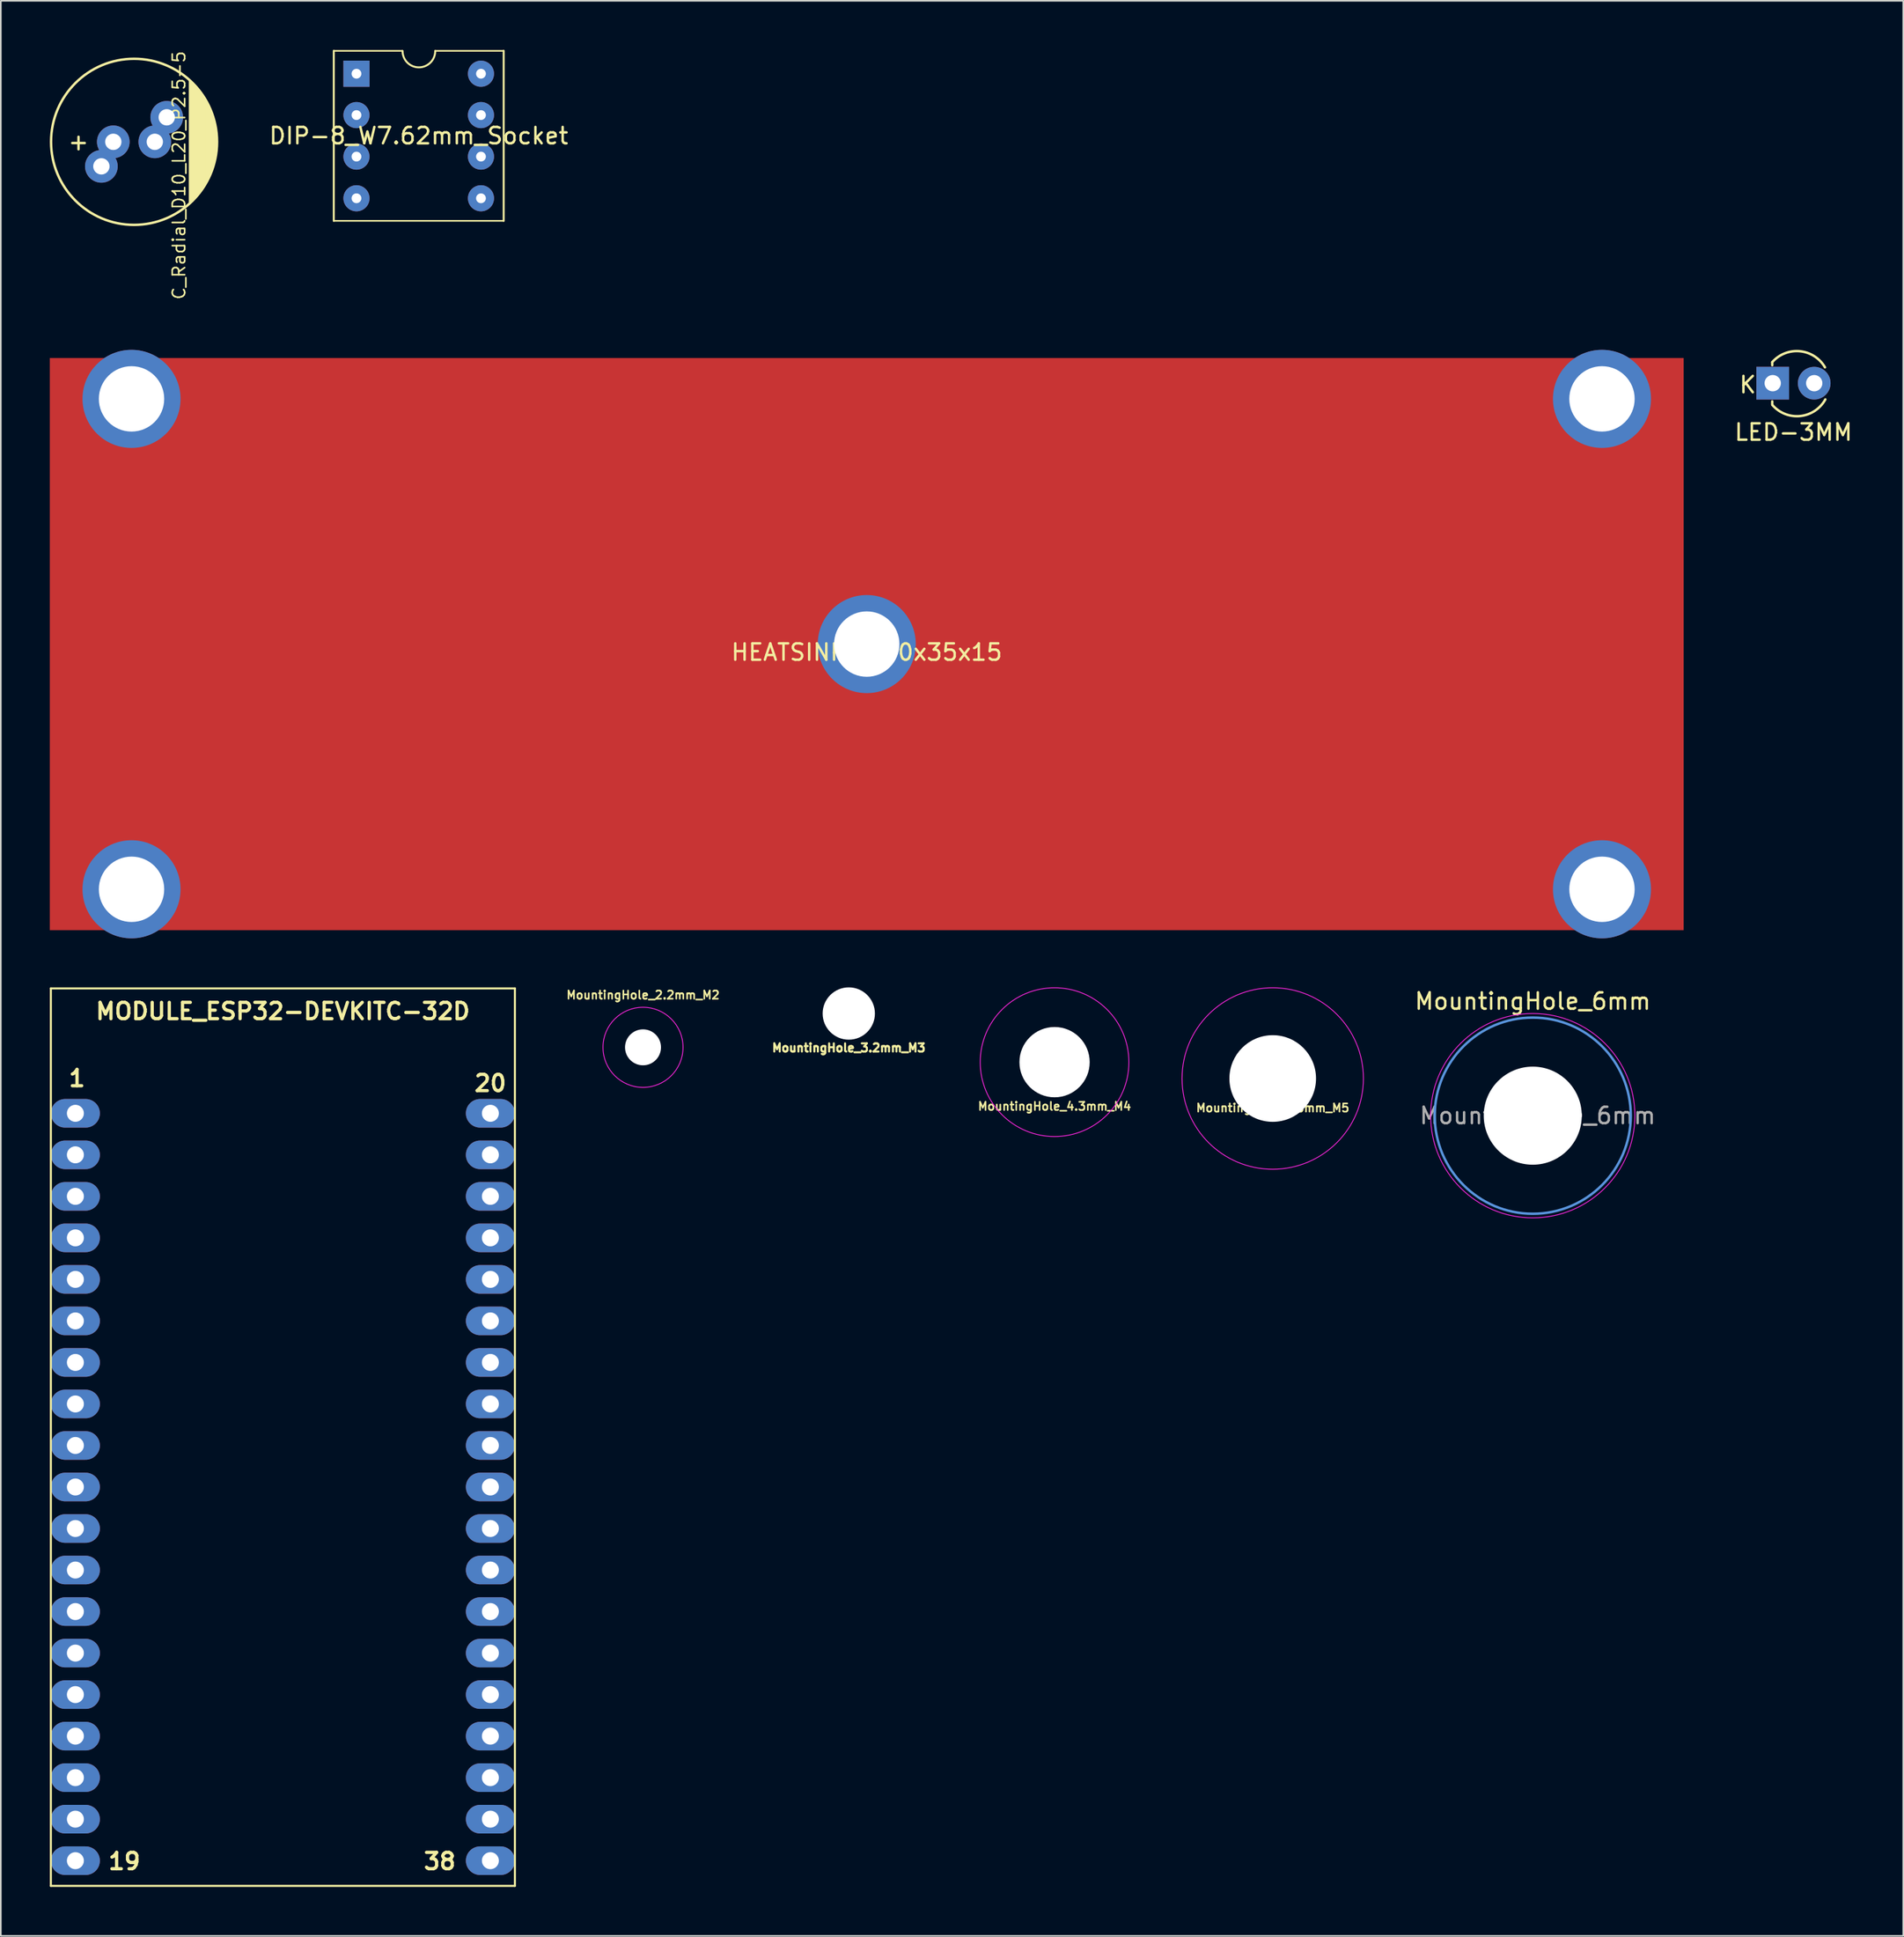
<source format=kicad_pcb>
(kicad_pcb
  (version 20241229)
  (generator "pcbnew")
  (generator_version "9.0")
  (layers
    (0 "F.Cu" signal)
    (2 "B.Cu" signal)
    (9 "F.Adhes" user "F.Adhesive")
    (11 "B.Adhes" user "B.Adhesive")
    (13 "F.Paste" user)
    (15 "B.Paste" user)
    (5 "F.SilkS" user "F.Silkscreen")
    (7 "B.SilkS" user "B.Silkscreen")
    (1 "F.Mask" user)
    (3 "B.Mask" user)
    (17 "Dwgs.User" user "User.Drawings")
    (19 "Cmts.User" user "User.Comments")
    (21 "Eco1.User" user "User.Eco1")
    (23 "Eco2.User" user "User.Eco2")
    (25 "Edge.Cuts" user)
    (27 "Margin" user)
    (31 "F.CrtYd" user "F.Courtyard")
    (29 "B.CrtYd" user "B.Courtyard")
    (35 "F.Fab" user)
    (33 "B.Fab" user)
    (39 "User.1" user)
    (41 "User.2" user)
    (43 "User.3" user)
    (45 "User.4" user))
  (footprint "MountingHole_5.3mm_M5"
    (layer "F.Cu")
    (at 74.848 62.926)
    (property "Reference" "MountingHole_5.3mm_M5" (at 0 1.8 0) (layer "F.SilkS") (effects (font (size 0.5 0.5) (thickness 0.1))))
    (attr through_hole)
    (fp_circle (center 0 0) (end 5.55 0) (stroke (width 0.05) (type solid)) (fill no) (layer "F.CrtYd"))
    (pad "" np_thru_hole circle (at 0 0) (size 5.3 5.3) (drill 5.3) (layers "*.Cu" "*.Mask")))
  (footprint "MODULE_ESP32-DEVKITC-32D"
    (layer "F.Cu")
    (at 14.264 84.815)
    (property "Reference" "MODULE_ESP32-DEVKITC-32D" (at 0 -26 0) (layer "F.SilkS") (effects (font (size 1 1) (thickness 0.2))))
    (attr through_hole)
    (fp_line (start -14.2 -27.4) (end 14.2 -27.4) (stroke (width 0.127) (type solid)) (layer "F.SilkS"))
    (fp_line (start -14.2 27.5) (end -14.2 -27.4) (stroke (width 0.127) (type solid)) (layer "F.SilkS"))
    (fp_line (start 14.2 -27.4) (end 14.2 27.5) (stroke (width 0.127) (type solid)) (layer "F.SilkS"))
    (fp_line (start 14.2 27.5) (end -14.2 27.5) (stroke (width 0.127) (type solid)) (layer "F.SilkS"))
    (fp_line (start -14.2 -27.4) (end 14.2 -27.4) (stroke (width 0.05) (type solid)) (layer "Eco1.User"))
    (fp_line (start -14.2 27.5) (end -14.2 -27.4) (stroke (width 0.05) (type solid)) (layer "Eco1.User"))
    (fp_line (start 14.2 -27.4) (end 14.2 27.5) (stroke (width 0.05) (type solid)) (layer "Eco1.User"))
    (fp_line (start 14.2 27.5) (end -14.2 27.5) (stroke (width 0.05) (type solid)) (layer "Eco1.User"))
    (fp_text user "19" (at -9.7 26 0) (layer "F.SilkS") (effects (font (size 1 1) (thickness 0.2))))
    (fp_text user "20" (at 12.7 -21.6 0) (layer "F.SilkS") (effects (font (size 1 1) (thickness 0.2))))
    (fp_text user "1" (at -12.6 -21.9 0) (layer "F.SilkS") (effects (font (size 1 1) (thickness 0.2))))
    (fp_text user "38" (at 9.6 26 0) (layer "F.SilkS") (effects (font (size 1 1) (thickness 0.2))))
    (pad "1" thru_hole oval (at -12.7 -19.76) (size 3 1.75) (drill 1.04) (layers "*.Cu" "*.Mask"))
    (pad "2" thru_hole oval (at -12.7 -17.22) (size 3 1.75) (drill 1.04) (layers "*.Cu" "*.Mask"))
    (pad "3" thru_hole oval (at -12.7 -14.68) (size 3 1.75) (drill 1.04) (layers "*.Cu" "*.Mask"))
    (pad "4" thru_hole oval (at -12.7 -12.14) (size 3 1.75) (drill 1.04) (layers "*.Cu" "*.Mask"))
    (pad "5" thru_hole oval (at -12.7 -9.6) (size 3 1.75) (drill 1.04) (layers "*.Cu" "*.Mask"))
    (pad "6" thru_hole oval (at -12.7 -7.06) (size 3 1.75) (drill 1.04) (layers "*.Cu" "*.Mask"))
    (pad "7" thru_hole oval (at -12.7 -4.52) (size 3 1.75) (drill 1.04) (layers "*.Cu" "*.Mask"))
    (pad "8" thru_hole oval (at -12.7 -1.98) (size 3 1.75) (drill 1.04) (layers "*.Cu" "*.Mask"))
    (pad "9" thru_hole oval (at -12.7 0.56) (size 3 1.75) (drill 1.04) (layers "*.Cu" "*.Mask"))
    (pad "10" thru_hole oval (at -12.7 3.1) (size 3 1.75) (drill 1.04) (layers "*.Cu" "*.Mask"))
    (pad "11" thru_hole oval (at -12.7 5.64) (size 3 1.75) (drill 1.04) (layers "*.Cu" "*.Mask"))
    (pad "12" thru_hole oval (at -12.7 8.18) (size 3 1.75) (drill 1.04) (layers "*.Cu" "*.Mask"))
    (pad "13" thru_hole oval (at -12.7 10.72) (size 3 1.75) (drill 1.04) (layers "*.Cu" "*.Mask"))
    (pad "14" thru_hole oval (at -12.7 13.26) (size 3 1.75) (drill 1.04) (layers "*.Cu" "*.Mask"))
    (pad "15" thru_hole oval (at -12.7 15.8) (size 3 1.75) (drill 1.04) (layers "*.Cu" "*.Mask"))
    (pad "16" thru_hole oval (at -12.7 18.34) (size 3 1.75) (drill 1.04) (layers "*.Cu" "*.Mask"))
    (pad "17" thru_hole oval (at -12.7 20.88) (size 3 1.75) (drill 1.04) (layers "*.Cu" "*.Mask"))
    (pad "18" thru_hole oval (at -12.7 23.42) (size 3 1.75) (drill 1.04) (layers "*.Cu" "*.Mask"))
    (pad "19" thru_hole oval (at -12.7 25.96) (size 3 1.75) (drill 1.04) (layers "*.Cu" "*.Mask"))
    (pad "20" thru_hole oval (at 12.7 -19.76) (size 3 1.75) (drill 1.04) (layers "*.Cu" "*.Mask"))
    (pad "21" thru_hole oval (at 12.7 -17.22) (size 3 1.75) (drill 1.04) (layers "*.Cu" "*.Mask"))
    (pad "22" thru_hole oval (at 12.7 -14.68) (size 3 1.75) (drill 1.04) (layers "*.Cu" "*.Mask"))
    (pad "23" thru_hole oval (at 12.7 -12.14) (size 3 1.75) (drill 1.04) (layers "*.Cu" "*.Mask"))
    (pad "24" thru_hole oval (at 12.7 -9.6) (size 3 1.75) (drill 1.04) (layers "*.Cu" "*.Mask"))
    (pad "25" thru_hole oval (at 12.7 -7.06) (size 3 1.75) (drill 1.04) (layers "*.Cu" "*.Mask"))
    (pad "26" thru_hole oval (at 12.7 -4.52) (size 3 1.75) (drill 1.04) (layers "*.Cu" "*.Mask"))
    (pad "27" thru_hole oval (at 12.7 -1.98) (size 3 1.75) (drill 1.04) (layers "*.Cu" "*.Mask"))
    (pad "28" thru_hole oval (at 12.7 0.56) (size 3 1.75) (drill 1.04) (layers "*.Cu" "*.Mask"))
    (pad "29" thru_hole oval (at 12.7 3.1) (size 3 1.75) (drill 1.04) (layers "*.Cu" "*.Mask"))
    (pad "30" thru_hole oval (at 12.7 5.64) (size 3 1.75) (drill 1.04) (layers "*.Cu" "*.Mask"))
    (pad "31" thru_hole oval (at 12.7 8.18) (size 3 1.75) (drill 1.04) (layers "*.Cu" "*.Mask"))
    (pad "32" thru_hole oval (at 12.7 10.72) (size 3 1.75) (drill 1.04) (layers "*.Cu" "*.Mask"))
    (pad "33" thru_hole oval (at 12.7 13.26) (size 3 1.75) (drill 1.04) (layers "*.Cu" "*.Mask"))
    (pad "34" thru_hole oval (at 12.7 15.8) (size 3 1.75) (drill 1.04) (layers "*.Cu" "*.Mask"))
    (pad "35" thru_hole oval (at 12.7 18.34) (size 3 1.75) (drill 1.04) (layers "*.Cu" "*.Mask"))
    (pad "36" thru_hole oval (at 12.7 20.88) (size 3 1.75) (drill 1.04) (layers "*.Cu" "*.Mask"))
    (pad "37" thru_hole oval (at 12.7 23.42) (size 3 1.75) (drill 1.04) (layers "*.Cu" "*.Mask"))
    (pad "38" thru_hole oval (at 12.7 25.96) (size 3 1.75) (drill 1.04) (layers "*.Cu" "*.Mask")))
  (footprint "MountingHole_2.2mm_M2"
    (layer "F.Cu")
    (at 36.306 61.019)
    (property "Reference" "MountingHole_2.2mm_M2" (at 0 -3.2 0) (layer "F.SilkS") (effects (font (size 0.5 0.5) (thickness 0.1))))
    (attr through_hole)
    (fp_circle (center 0 0) (end 2.45 0) (stroke (width 0.05) (type solid)) (fill no) (layer "F.CrtYd"))
    (pad "" np_thru_hole circle (at 0 0) (size 2.2 2.2) (drill 2.2) (layers "*.Cu" "*.Mask")))
  (footprint "MountingHole_3.2mm_M3"
    (layer "F.Cu")
    (at 48.9 58.951)
    (property "Reference" "MountingHole_3.2mm_M3" (at 0 2.1 0) (layer "F.SilkS") (effects (font (size 0.5 0.5) (thickness 0.125))))
    (attr through_hole)
    (pad "" np_thru_hole circle (at 0 0) (size 3.2 3.2) (drill 3.2) (layers "*.Cu" "*.Mask")))
  (footprint "MountingHole_4.3mm_M4"
    (layer "F.Cu")
    (at 61.495 61.926)
    (property "Reference" "MountingHole_4.3mm_M4" (at 0 2.7 0) (layer "F.SilkS") (effects (font (size 0.5 0.5) (thickness 0.1))))
    (attr through_hole)
    (fp_circle (center 0 0) (end 4.55 0) (stroke (width 0.05) (type solid)) (fill no) (layer "F.CrtYd"))
    (pad "" np_thru_hole circle (at 0 0) (size 4.3 4.3) (drill 4.3) (layers "*.Cu" "*.Paste" "*.Mask")))
  (footprint "DIP-8_W7.62mm_Socket"
    (layer "F.Cu")
    (at 22.578 5.26)
    (property "Reference" "DIP-8_W7.62mm_Socket" (at 0 0 0) (layer "F.SilkS") (effects (font (size 1 1) (thickness 0.15))))
    (attr through_hole)
    (fp_line (start -5.2 -5.2) (end -5.2 5.2) (stroke (width 0.12) (type solid)) (layer "F.SilkS"))
    (fp_line (start -5.2 -5.2) (end -1 -5.2) (stroke (width 0.1) (type solid)) (layer "F.SilkS"))
    (fp_line (start -5.2 5.2) (end 5.2 5.2) (stroke (width 0.1) (type solid)) (layer "F.SilkS"))
    (fp_line (start 1 -5.2) (end 5.2 -5.2) (stroke (width 0.1) (type solid)) (layer "F.SilkS"))
    (fp_line (start 5.2 5.2) (end 5.2 -5.2) (stroke (width 0.12) (type solid)) (layer "F.SilkS"))
    (fp_arc (start 1.01 -5.19) (mid 0.01 -4.19) (end -0.99 -5.19) (stroke (width 0.12) (type solid)) (layer "F.SilkS"))
    (pad "1" thru_hole rect (at -3.81 -3.8) (size 1.6 1.6) (drill 0.6) (layers "*.Cu" "*.Mask"))
    (pad "2" thru_hole oval (at -3.81 -1.27) (size 1.6 1.6) (drill 0.6) (layers "*.Cu" "*.Mask"))
    (pad "3" thru_hole oval (at -3.81 1.27) (size 1.6 1.6) (drill 0.6) (layers "*.Cu" "*.Mask"))
    (pad "4" thru_hole oval (at -3.81 3.82) (size 1.6 1.6) (drill 0.6) (layers "*.Cu" "*.Mask"))
    (pad "5" thru_hole oval (at 3.81 3.82) (size 1.6 1.6) (drill 0.6) (layers "*.Cu" "*.Mask"))
    (pad "6" thru_hole oval (at 3.81 1.27) (size 1.6 1.6) (drill 0.6) (layers "*.Cu" "*.Mask"))
    (pad "7" thru_hole oval (at 3.81 -1.27) (size 1.6 1.6) (drill 0.6) (layers "*.Cu" "*.Mask"))
    (pad "8" thru_hole oval (at 3.81 -3.8) (size 1.6 1.6) (drill 0.6) (layers "*.Cu" "*.Mask")))
  (footprint "LED-3MM"
    (layer "F.Cu")
    (at 106.72 20.39)
    (property "Reference" "LED-3MM" (at 0 3 0) (layer "F.SilkS") (effects (font (size 1 1) (thickness 0.15))))
    (attr through_hole)
    (fp_line (start -1.299 -1.28) (end -1.299 -1.1) (stroke (width 0.15) (type solid)) (layer "F.SilkS"))
    (fp_line (start -1.299 1.314) (end -1.299 1.114) (stroke (width 0.15) (type solid)) (layer "F.SilkS"))
    (fp_arc (start -1.299 -1.286) (mid 0.395903 -1.954571) (end 1.928744 -0.969643) (stroke (width 0.15) (type solid)) (layer "F.SilkS"))
    (fp_arc (start 1.951 0.994) (mid 0.422637 2.009958) (end -1.28622 1.340726) (stroke (width 0.15) (type solid)) (layer "F.SilkS"))
    (fp_text user "K" (at -2.8 0.1 0) (layer "F.SilkS") (effects (font (size 1 1) (thickness 0.15))))
    (pad "1" thru_hole rect (at -1.27 0 90) (size 2 2) (drill 1) (layers "*.Cu" "*.Mask"))
    (pad "2" thru_hole circle (at 1.27 0) (size 2 2) (drill 1) (layers "*.Cu" "*.Mask")))
  (footprint "HEATSINK-100x35x15"
    (layer "F.Cu")
    (at 50 36.351)
    (property "Reference" "HEATSINK-100x35x15" (at 0 0.5 0) (layer "F.SilkS") (effects (font (size 1 1) (thickness 0.15))))
    (attr through_hole)
    (pad "1" thru_hole circle (at -45 -15) (size 6 6) (drill 4) (layers "*.Cu" "*.Mask"))
    (pad "1" thru_hole circle (at -45 15) (size 6 6) (drill 4) (layers "*.Cu" "*.Mask"))
    (pad "1" thru_hole circle (at 0 0) (size 6 6) (drill 4) (layers "*.Cu" "*.Mask"))
    (pad "1" smd rect (at 0 0) (size 100 35) (layers "F.Cu" "F.Mask" "F.Paste"))
    (pad "1" thru_hole circle (at 45 -15) (size 6 6) (drill 4) (layers "*.Cu" "*.Mask"))
    (pad "1" thru_hole circle (at 45 15) (size 6 6) (drill 4) (layers "*.Cu" "*.Mask")))
  (footprint "C_Radial_D10_L20_P2.5-5"
    (layer "F.Cu")
    (at 5.155 5.626)
    (property "Reference" "C_Radial_D10_L20_P2.5-5" (at 2.75 2.05 90) (layer "F.SilkS") (effects (font (size 0.762 0.762) (thickness 0.1))))
    (attr through_hole)
    (fp_line (start 3.4 -3.75) (end 3.4 3.75) (stroke (width 0.1) (type solid)) (layer "F.SilkS"))
    (fp_line (start 3.45 3.7) (end 3.45 -3.7) (stroke (width 0.1) (type solid)) (layer "F.SilkS"))
    (fp_line (start 3.5 -3.65) (end 3.5 3.65) (stroke (width 0.1) (type solid)) (layer "F.SilkS"))
    (fp_line (start 3.55 3.65) (end 3.55 -3.6) (stroke (width 0.1) (type solid)) (layer "F.SilkS"))
    (fp_line (start 3.6 3.55) (end 3.6 -3.55) (stroke (width 0.1) (type solid)) (layer "F.SilkS"))
    (fp_line (start 3.65 -3.5) (end 3.65 3.5) (stroke (width 0.1) (type solid)) (layer "F.SilkS"))
    (fp_line (start 3.7 3.45) (end 3.7 -3.45) (stroke (width 0.1) (type solid)) (layer "F.SilkS"))
    (fp_line (start 3.75 -3.4) (end 3.75 3.4) (stroke (width 0.1) (type solid)) (layer "F.SilkS"))
    (fp_line (start 3.8 3.35) (end 3.8 -3.35) (stroke (width 0.1) (type solid)) (layer "F.SilkS"))
    (fp_line (start 3.85 -3.3) (end 3.85 3.3) (stroke (width 0.1) (type solid)) (layer "F.SilkS"))
    (fp_line (start 3.9 3.2) (end 3.9 -3.2) (stroke (width 0.1) (type solid)) (layer "F.SilkS"))
    (fp_line (start 3.95 -3.15) (end 3.95 3.15) (stroke (width 0.1) (type solid)) (layer "F.SilkS"))
    (fp_line (start 4 -3.15) (end 4 3.15) (stroke (width 0.1) (type solid)) (layer "F.SilkS"))
    (fp_line (start 4.05 3.05) (end 4.05 -3.05) (stroke (width 0.1) (type solid)) (layer "F.SilkS"))
    (fp_line (start 4.1 -3) (end 4.1 3) (stroke (width 0.1) (type solid)) (layer "F.SilkS"))
    (fp_line (start 4.15 2.9) (end 4.15 -2.9) (stroke (width 0.1) (type solid)) (layer "F.SilkS"))
    (fp_line (start 4.2 2.8) (end 4.2 -2.85) (stroke (width 0.1) (type solid)) (layer "F.SilkS"))
    (fp_line (start 4.25 -2.75) (end 4.25 2.8) (stroke (width 0.1) (type solid)) (layer "F.SilkS"))
    (fp_line (start 4.3 2.65) (end 4.3 -2.7) (stroke (width 0.1) (type solid)) (layer "F.SilkS"))
    (fp_line (start 4.35 -2.6) (end 4.35 2.55) (stroke (width 0.1) (type solid)) (layer "F.SilkS"))
    (fp_line (start 4.4 2.5) (end 4.4 -2.5) (stroke (width 0.1) (type solid)) (layer "F.SilkS"))
    (fp_line (start 4.45 -2.45) (end 4.45 2.4) (stroke (width 0.1) (type solid)) (layer "F.SilkS"))
    (fp_line (start 4.5 -2.35) (end 4.5 2.3) (stroke (width 0.1) (type solid)) (layer "F.SilkS"))
    (fp_line (start 4.55 2.2) (end 4.55 -2.25) (stroke (width 0.1) (type solid)) (layer "F.SilkS"))
    (fp_line (start 4.6 -2.15) (end 4.6 2.1) (stroke (width 0.1) (type solid)) (layer "F.SilkS"))
    (fp_line (start 4.65 1.95) (end 4.65 -2) (stroke (width 0.1) (type solid)) (layer "F.SilkS"))
    (fp_line (start 4.7 -1.85) (end 4.7 1.85) (stroke (width 0.1) (type solid)) (layer "F.SilkS"))
    (fp_line (start 4.75 1.7) (end 4.75 -1.75) (stroke (width 0.1) (type solid)) (layer "F.SilkS"))
    (fp_line (start 4.8 -1.6) (end 4.8 1.6) (stroke (width 0.1) (type solid)) (layer "F.SilkS"))
    (fp_line (start 4.85 1.45) (end 4.85 -1.45) (stroke (width 0.1) (type solid)) (layer "F.SilkS"))
    (fp_line (start 4.9 -1.2) (end 4.9 1.2) (stroke (width 0.1) (type solid)) (layer "F.SilkS"))
    (fp_line (start 4.95 1) (end 4.95 -1.05) (stroke (width 0.1) (type solid)) (layer "F.SilkS"))
    (fp_line (start 5 -0.9) (end 5 0.8) (stroke (width 0.1) (type solid)) (layer "F.SilkS"))
    (fp_circle (center 0 0) (end 5.08 0) (stroke (width 0.15) (type solid)) (fill no) (layer "F.SilkS"))
    (fp_text user "+" (at -3.4 0 0) (layer "F.SilkS") (effects (font (size 1 1) (thickness 0.15))))
    (pad "1" thru_hole circle (at -2 1.5) (size 2 2) (drill 1) (layers "*.Cu" "*.Mask"))
    (pad "1" thru_hole circle (at -1.27 0) (size 2 2) (drill 1) (layers "*.Cu" "*.Mask"))
    (pad "2" thru_hole circle (at 1.27 0) (size 2 2) (drill 1) (layers "*.Cu" "*.Mask"))
    (pad "2" thru_hole circle (at 2 -1.5) (size 2 2) (drill 1) (layers "*.Cu" "*.Mask")))
  (footprint "MountingHole_6mm"
    (layer "F.Cu")
    (at 90.763 65.2)
    (property "Reference" "MountingHole_6mm" (at 0 -7 0) (layer "F.SilkS") (effects (font (size 1 1) (thickness 0.15))))
    (attr exclude_from_pos_files exclude_from_bom)
    (fp_circle (center 0 0) (end 6 0) (stroke (width 0.15) (type solid)) (fill no) (layer "Cmts.User"))
    (fp_circle (center 0 0) (end 6.25 0) (stroke (width 0.05) (type solid)) (fill no) (layer "F.CrtYd"))
    (fp_text user "${REFERENCE}" (at 0.3 0 0) (layer "F.Fab") (effects (font (size 1 1) (thickness 0.15))))
    (pad "" np_thru_hole circle (at 0 0) (size 6 6) (drill 6) (layers "*.Cu" "*.Mask" "F.Paste")))
  (gr_rect
    (start -3 -3)
    (end 113.44 115.378)
    (stroke (width 0.1) (type default))
    (fill no)
    (layer "Edge.Cuts")))
</source>
